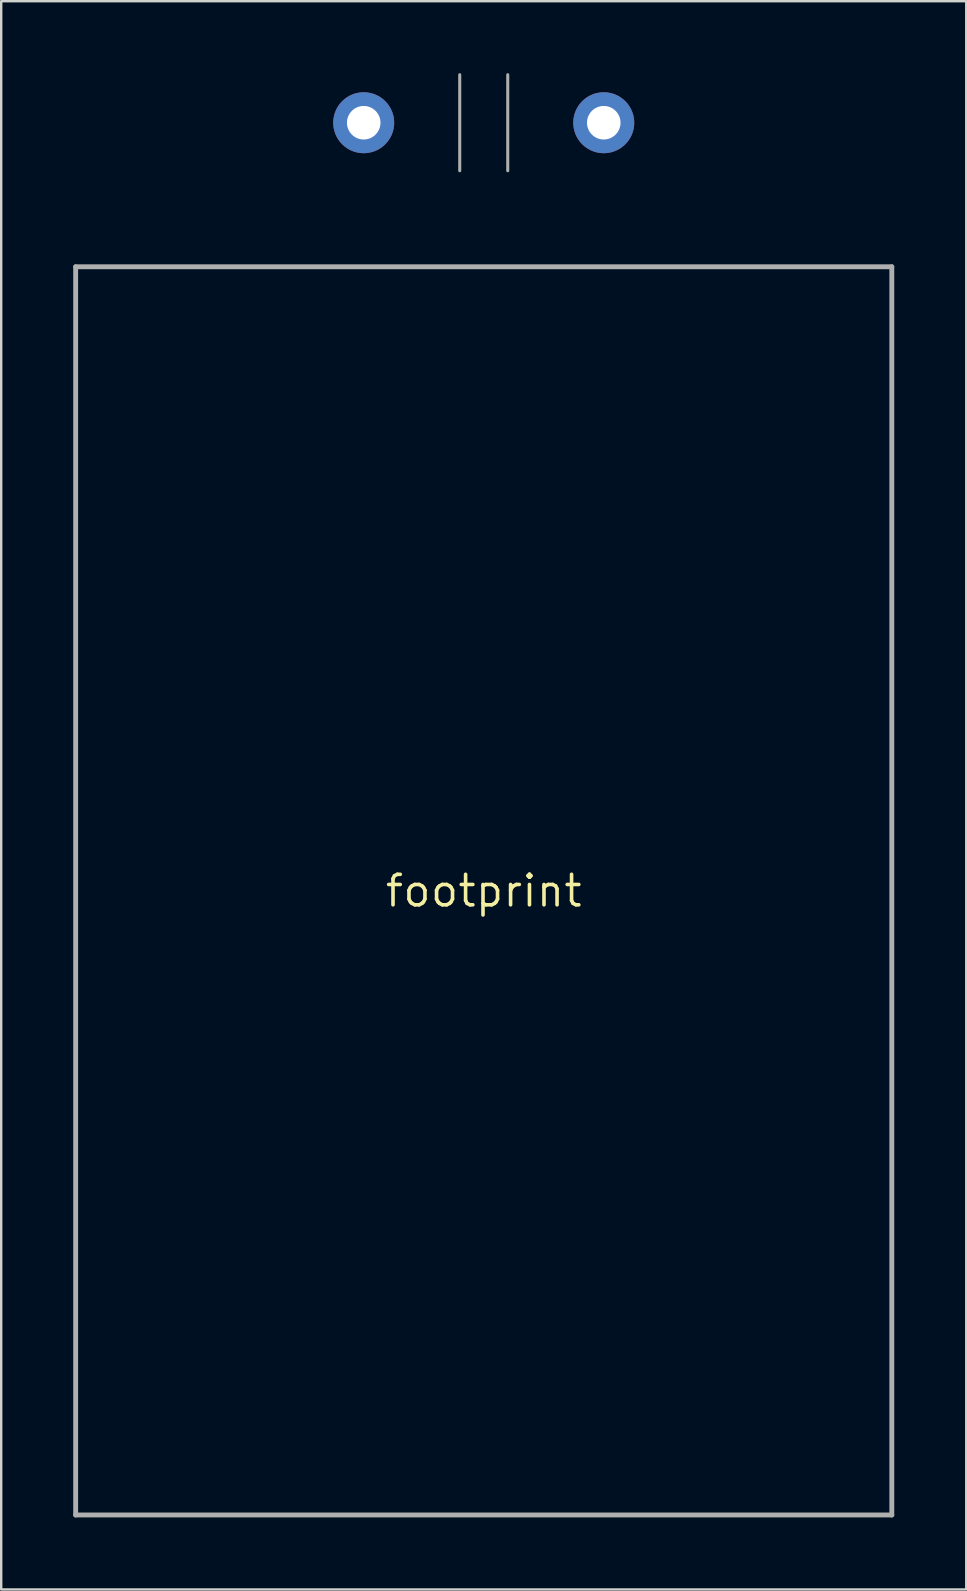
<source format=kicad_pcb>
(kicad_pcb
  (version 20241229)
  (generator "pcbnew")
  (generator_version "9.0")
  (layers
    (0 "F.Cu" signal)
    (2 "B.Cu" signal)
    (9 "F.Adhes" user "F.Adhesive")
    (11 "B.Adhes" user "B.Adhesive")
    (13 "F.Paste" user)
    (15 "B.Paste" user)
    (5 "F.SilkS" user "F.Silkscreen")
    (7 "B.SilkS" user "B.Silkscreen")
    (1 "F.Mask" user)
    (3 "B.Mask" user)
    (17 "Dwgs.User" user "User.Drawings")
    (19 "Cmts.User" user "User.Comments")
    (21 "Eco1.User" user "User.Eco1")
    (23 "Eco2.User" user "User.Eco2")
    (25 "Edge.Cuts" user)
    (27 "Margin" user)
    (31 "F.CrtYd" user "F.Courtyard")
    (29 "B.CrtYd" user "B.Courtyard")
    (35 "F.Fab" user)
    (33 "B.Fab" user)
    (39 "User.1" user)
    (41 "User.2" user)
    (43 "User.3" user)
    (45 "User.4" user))
  (footprint "footprint"
    (layer "F.Cu")
    (at 17.102 34.063)
    (property "Reference" "footprint" (at 0 0 0) (layer "F.SilkS") (effects (font (size 1.27 1.27) (thickness 0.15))))
    (fp_line (start -17 -26) (end -17 26) (stroke (width 0.203) (type solid)) (layer "F.Fab"))
    (fp_line (start -17 26) (end 17 26) (stroke (width 0.203) (type solid)) (layer "F.Fab"))
    (fp_line (start -1 -34) (end -1 -30) (stroke (width 0.127) (type solid)) (layer "F.Fab"))
    (fp_line (start 1 -34) (end 1 -30) (stroke (width 0.127) (type solid)) (layer "F.Fab"))
    (fp_line (start 17 -26) (end -17 -26) (stroke (width 0.203) (type solid)) (layer "F.Fab"))
    (fp_line (start 17 26) (end 17 -26) (stroke (width 0.203) (type solid)) (layer "F.Fab"))
    (pad "+" thru_hole circle (at -5 -32) (size 2.54 2.54) (drill 1.397) (layers "*.Cu" "*.Mask"))
    (pad "-" thru_hole circle (at 5 -32) (size 2.54 2.54) (drill 1.397) (layers "*.Cu" "*.Mask")))
  (gr_rect
    (start -3 -3)
    (end 37.203 63.165)
    (stroke (width 0.1) (type default))
    (fill no)
    (layer "Edge.Cuts")))
</source>
